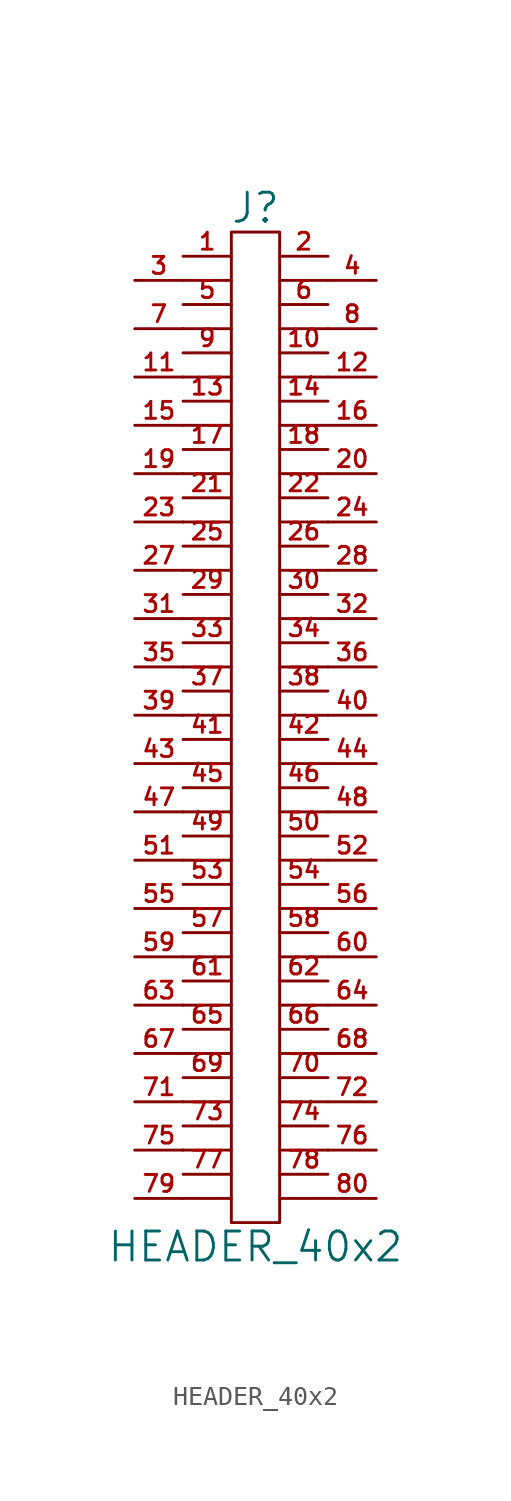
<source format=kicad_sym>
(kicad_symbol_lib
  (version 20220914)
  (generator kicad_symbol_editor)
  (symbol "HEADER_40x2"
    (pin_names
      (offset 0))
    (property "Reference" "J"
      (at 0 26.67 0)
      (effects (font (size 1.524 1.524))))
    (property "Value" "HEADER_40x2"
      (at 0 -27.94 0)
      (effects (font (size 1.524 1.524))))
    (property "Footprint" ""
      (at 0 0 0)
      (effects (font (size 1.524 1.524))))
    (property "Datasheet" ""
      (at 0 0 0)
      (effects (font (size 1.524 1.524))))
    (symbol "HEADER_40x2_0_1"
      (rectangle (start -1.27 25.4) (end 1.27 -26.67) (stroke (width 0) (type solid)) (fill (type none)))
      (polyline (pts (xy -3.81 -25.4) (xy -1.27 -25.4)) (stroke (width 0) (type solid)) (fill (type none)))
      (polyline (pts (xy -3.81 -22.86) (xy -1.27 -22.86)) (stroke (width 0) (type solid)) (fill (type none)))
      (polyline (pts (xy -3.81 -20.32) (xy -1.27 -20.32)) (stroke (width 0) (type solid)) (fill (type none)))
      (polyline (pts (xy -3.81 -17.78) (xy -1.27 -17.78)) (stroke (width 0) (type solid)) (fill (type none)))
      (polyline (pts (xy -3.81 -15.24) (xy -1.27 -15.24)) (stroke (width 0) (type solid)) (fill (type none)))
      (polyline (pts (xy -3.81 -12.7) (xy -1.27 -12.7)) (stroke (width 0) (type solid)) (fill (type none)))
      (polyline (pts (xy -3.81 -10.16) (xy -1.27 -10.16)) (stroke (width 0) (type solid)) (fill (type none)))
      (polyline (pts (xy -3.81 -7.62) (xy -1.27 -7.62)) (stroke (width 0) (type solid)) (fill (type none)))
      (polyline (pts (xy -3.81 -5.08) (xy -1.27 -5.08)) (stroke (width 0) (type solid)) (fill (type none)))
      (polyline (pts (xy -3.81 -2.54) (xy -1.27 -2.54)) (stroke (width 0) (type solid)) (fill (type none)))
      (polyline (pts (xy -3.81 0) (xy -1.27 0)) (stroke (width 0) (type solid)) (fill (type none)))
      (polyline (pts (xy -3.81 2.54) (xy -1.27 2.54)) (stroke (width 0) (type solid)) (fill (type none)))
      (polyline (pts (xy -3.81 5.08) (xy -1.27 5.08)) (stroke (width 0) (type solid)) (fill (type none)))
      (polyline (pts (xy -3.81 7.62) (xy -1.27 7.62)) (stroke (width 0) (type solid)) (fill (type none)))
      (polyline (pts (xy -3.81 10.16) (xy -1.27 10.16)) (stroke (width 0) (type solid)) (fill (type none)))
      (polyline (pts (xy -3.81 12.7) (xy -1.27 12.7)) (stroke (width 0) (type solid)) (fill (type none)))
      (polyline (pts (xy -3.81 15.24) (xy -1.27 15.24)) (stroke (width 0) (type solid)) (fill (type none)))
      (polyline (pts (xy -3.81 17.78) (xy -1.27 17.78)) (stroke (width 0) (type solid)) (fill (type none)))
      (polyline (pts (xy -3.81 20.32) (xy -1.27 20.32)) (stroke (width 0) (type solid)) (fill (type none)))
      (polyline (pts (xy -3.81 22.86) (xy -1.27 22.86)) (stroke (width 0) (type solid)) (fill (type none)))
      (polyline (pts (xy 1.27 -25.4) (xy 3.81 -25.4)) (stroke (width 0) (type solid)) (fill (type none)))
      (polyline (pts (xy 1.27 -22.86) (xy 3.81 -22.86)) (stroke (width 0) (type solid)) (fill (type none)))
      (polyline (pts (xy 1.27 -20.32) (xy 3.81 -20.32)) (stroke (width 0) (type solid)) (fill (type none)))
      (polyline (pts (xy 1.27 -17.78) (xy 3.81 -17.78)) (stroke (width 0) (type solid)) (fill (type none)))
      (polyline (pts (xy 1.27 -15.24) (xy 3.81 -15.24)) (stroke (width 0) (type solid)) (fill (type none)))
      (polyline (pts (xy 1.27 -12.7) (xy 3.81 -12.7)) (stroke (width 0) (type solid)) (fill (type none)))
      (polyline (pts (xy 1.27 -10.16) (xy 3.81 -10.16)) (stroke (width 0) (type solid)) (fill (type none)))
      (polyline (pts (xy 1.27 -7.62) (xy 3.81 -7.62)) (stroke (width 0) (type solid)) (fill (type none)))
      (polyline (pts (xy 1.27 -5.08) (xy 3.81 -5.08)) (stroke (width 0) (type solid)) (fill (type none)))
      (polyline (pts (xy 1.27 -2.54) (xy 3.81 -2.54)) (stroke (width 0) (type solid)) (fill (type none)))
      (polyline (pts (xy 1.27 0) (xy 3.81 0)) (stroke (width 0) (type solid)) (fill (type none)))
      (polyline (pts (xy 1.27 2.54) (xy 3.81 2.54)) (stroke (width 0) (type solid)) (fill (type none)))
      (polyline (pts (xy 1.27 5.08) (xy 3.81 5.08)) (stroke (width 0) (type solid)) (fill (type none)))
      (polyline (pts (xy 1.27 7.62) (xy 3.81 7.62)) (stroke (width 0) (type solid)) (fill (type none)))
      (polyline (pts (xy 1.27 10.16) (xy 3.81 10.16)) (stroke (width 0) (type solid)) (fill (type none)))
      (polyline (pts (xy 1.27 12.7) (xy 3.81 12.7)) (stroke (width 0) (type solid)) (fill (type none)))
      (polyline (pts (xy 1.27 15.24) (xy 3.81 15.24)) (stroke (width 0) (type solid)) (fill (type none)))
      (polyline (pts (xy 1.27 17.78) (xy 3.81 17.78)) (stroke (width 0) (type solid)) (fill (type none)))
      (polyline (pts (xy 1.27 20.32) (xy 3.81 20.32)) (stroke (width 0) (type solid)) (fill (type none)))
      (polyline (pts (xy 1.27 22.86) (xy 3.81 22.86)) (stroke (width 0) (type solid)) (fill (type none))))
    (symbol "HEADER_40x2_1_1"
      (pin passive line (at -3.81 24.13 0) (length 2.54) (name "~" (effects (font (size 1.27 1.27)))) (number "1" (effects (font (size 0.889 0.889)))))
      (pin passive line (at 3.81 19.05 180) (length 2.54) (name "~" (effects (font (size 1.27 1.27)))) (number "10" (effects (font (size 0.889 0.889)))))
      (pin passive line (at -6.35 17.78 0) (length 2.54) (name "~" (effects (font (size 1.27 1.27)))) (number "11" (effects (font (size 0.889 0.889)))))
      (pin passive line (at 6.35 17.78 180) (length 2.54) (name "~" (effects (font (size 1.27 1.27)))) (number "12" (effects (font (size 0.889 0.889)))))
      (pin passive line (at -3.81 16.51 0) (length 2.54) (name "~" (effects (font (size 1.27 1.27)))) (number "13" (effects (font (size 0.889 0.889)))))
      (pin passive line (at 3.81 16.51 180) (length 2.54) (name "~" (effects (font (size 1.27 1.27)))) (number "14" (effects (font (size 0.889 0.889)))))
      (pin passive line (at -6.35 15.24 0) (length 2.54) (name "~" (effects (font (size 1.27 1.27)))) (number "15" (effects (font (size 0.889 0.889)))))
      (pin passive line (at 6.35 15.24 180) (length 2.54) (name "~" (effects (font (size 1.27 1.27)))) (number "16" (effects (font (size 0.889 0.889)))))
      (pin passive line (at -3.81 13.97 0) (length 2.54) (name "~" (effects (font (size 1.27 1.27)))) (number "17" (effects (font (size 0.889 0.889)))))
      (pin passive line (at 3.81 13.97 180) (length 2.54) (name "~" (effects (font (size 1.27 1.27)))) (number "18" (effects (font (size 0.889 0.889)))))
      (pin passive line (at -6.35 12.7 0) (length 2.54) (name "~" (effects (font (size 1.27 1.27)))) (number "19" (effects (font (size 0.889 0.889)))))
      (pin passive line (at 3.81 24.13 180) (length 2.54) (name "~" (effects (font (size 1.27 1.27)))) (number "2" (effects (font (size 0.889 0.889)))))
      (pin passive line (at 6.35 12.7 180) (length 2.54) (name "~" (effects (font (size 1.27 1.27)))) (number "20" (effects (font (size 0.889 0.889)))))
      (pin passive line (at -3.81 11.43 0) (length 2.54) (name "~" (effects (font (size 1.27 1.27)))) (number "21" (effects (font (size 0.889 0.889)))))
      (pin passive line (at 3.81 11.43 180) (length 2.54) (name "~" (effects (font (size 1.27 1.27)))) (number "22" (effects (font (size 0.889 0.889)))))
      (pin passive line (at -6.35 10.16 0) (length 2.54) (name "~" (effects (font (size 1.27 1.27)))) (number "23" (effects (font (size 0.889 0.889)))))
      (pin passive line (at 6.35 10.16 180) (length 2.54) (name "~" (effects (font (size 1.27 1.27)))) (number "24" (effects (font (size 0.889 0.889)))))
      (pin passive line (at -3.81 8.89 0) (length 2.54) (name "~" (effects (font (size 1.27 1.27)))) (number "25" (effects (font (size 0.889 0.889)))))
      (pin passive line (at 3.81 8.89 180) (length 2.54) (name "~" (effects (font (size 1.27 1.27)))) (number "26" (effects (font (size 0.889 0.889)))))
      (pin passive line (at -6.35 7.62 0) (length 2.54) (name "~" (effects (font (size 1.27 1.27)))) (number "27" (effects (font (size 0.889 0.889)))))
      (pin passive line (at 6.35 7.62 180) (length 2.54) (name "~" (effects (font (size 1.27 1.27)))) (number "28" (effects (font (size 0.889 0.889)))))
      (pin passive line (at -3.81 6.35 0) (length 2.54) (name "~" (effects (font (size 1.27 1.27)))) (number "29" (effects (font (size 0.889 0.889)))))
      (pin passive line (at -6.35 22.86 0) (length 2.54) (name "~" (effects (font (size 1.27 1.27)))) (number "3" (effects (font (size 0.889 0.889)))))
      (pin passive line (at 3.81 6.35 180) (length 2.54) (name "~" (effects (font (size 1.27 1.27)))) (number "30" (effects (font (size 0.889 0.889)))))
      (pin passive line (at -6.35 5.08 0) (length 2.54) (name "~" (effects (font (size 1.27 1.27)))) (number "31" (effects (font (size 0.889 0.889)))))
      (pin passive line (at 6.35 5.08 180) (length 2.54) (name "~" (effects (font (size 1.27 1.27)))) (number "32" (effects (font (size 0.889 0.889)))))
      (pin passive line (at -3.81 3.81 0) (length 2.54) (name "~" (effects (font (size 1.27 1.27)))) (number "33" (effects (font (size 0.889 0.889)))))
      (pin passive line (at 3.81 3.81 180) (length 2.54) (name "~" (effects (font (size 1.27 1.27)))) (number "34" (effects (font (size 0.889 0.889)))))
      (pin passive line (at -6.35 2.54 0) (length 2.54) (name "~" (effects (font (size 1.27 1.27)))) (number "35" (effects (font (size 0.889 0.889)))))
      (pin passive line (at 6.35 2.54 180) (length 2.54) (name "~" (effects (font (size 1.27 1.27)))) (number "36" (effects (font (size 0.889 0.889)))))
      (pin passive line (at -3.81 1.27 0) (length 2.54) (name "~" (effects (font (size 0.889 0.889)))) (number "37" (effects (font (size 0.889 0.889)))))
      (pin passive line (at 3.81 1.27 180) (length 2.54) (name "~" (effects (font (size 1.27 1.27)))) (number "38" (effects (font (size 0.889 0.889)))))
      (pin passive line (at -6.35 0 0) (length 2.54) (name "~" (effects (font (size 1.27 1.27)))) (number "39" (effects (font (size 0.889 0.889)))))
      (pin passive line (at 6.35 22.86 180) (length 2.54) (name "~" (effects (font (size 1.27 1.27)))) (number "4" (effects (font (size 0.889 0.889)))))
      (pin passive line (at 6.35 0 180) (length 2.54) (name "~" (effects (font (size 1.27 1.27)))) (number "40" (effects (font (size 0.889 0.889)))))
      (pin passive line (at -3.81 -1.27 0) (length 2.54) (name "~" (effects (font (size 1.27 1.27)))) (number "41" (effects (font (size 0.889 0.889)))))
      (pin passive line (at 3.81 -1.27 180) (length 2.54) (name "~" (effects (font (size 1.27 1.27)))) (number "42" (effects (font (size 0.889 0.889)))))
      (pin passive line (at -6.35 -2.54 0) (length 2.54) (name "~" (effects (font (size 1.27 1.27)))) (number "43" (effects (font (size 0.889 0.889)))))
      (pin passive line (at 6.35 -2.54 180) (length 2.54) (name "~" (effects (font (size 1.27 1.27)))) (number "44" (effects (font (size 0.889 0.889)))))
      (pin passive line (at -3.81 -3.81 0) (length 2.54) (name "~" (effects (font (size 1.27 1.27)))) (number "45" (effects (font (size 0.889 0.889)))))
      (pin passive line (at 3.81 -3.81 180) (length 2.54) (name "~" (effects (font (size 1.27 1.27)))) (number "46" (effects (font (size 0.889 0.889)))))
      (pin passive line (at -6.35 -5.08 0) (length 2.54) (name "~" (effects (font (size 1.27 1.27)))) (number "47" (effects (font (size 0.889 0.889)))))
      (pin passive line (at 6.35 -5.08 180) (length 2.54) (name "~" (effects (font (size 1.27 1.27)))) (number "48" (effects (font (size 0.889 0.889)))))
      (pin passive line (at -3.81 -6.35 0) (length 2.54) (name "~" (effects (font (size 1.27 1.27)))) (number "49" (effects (font (size 0.889 0.889)))))
      (pin passive line (at -3.81 21.59 0) (length 2.54) (name "~" (effects (font (size 1.27 1.27)))) (number "5" (effects (font (size 0.889 0.889)))))
      (pin passive line (at 3.81 -6.35 180) (length 2.54) (name "~" (effects (font (size 1.27 1.27)))) (number "50" (effects (font (size 0.889 0.889)))))
      (pin passive line (at -6.35 -7.62 0) (length 2.54) (name "~" (effects (font (size 1.27 1.27)))) (number "51" (effects (font (size 0.889 0.889)))))
      (pin passive line (at 6.35 -7.62 180) (length 2.54) (name "~" (effects (font (size 1.27 1.27)))) (number "52" (effects (font (size 0.889 0.889)))))
      (pin passive line (at -3.81 -8.89 0) (length 2.54) (name "~" (effects (font (size 1.27 1.27)))) (number "53" (effects (font (size 0.889 0.889)))))
      (pin passive line (at 3.81 -8.89 180) (length 2.54) (name "~" (effects (font (size 1.27 1.27)))) (number "54" (effects (font (size 0.889 0.889)))))
      (pin passive line (at -6.35 -10.16 0) (length 2.54) (name "~" (effects (font (size 1.27 1.27)))) (number "55" (effects (font (size 0.889 0.889)))))
      (pin passive line (at 6.35 -10.16 180) (length 2.54) (name "~" (effects (font (size 1.27 1.27)))) (number "56" (effects (font (size 0.889 0.889)))))
      (pin passive line (at -3.81 -11.43 0) (length 2.54) (name "~" (effects (font (size 1.27 1.27)))) (number "57" (effects (font (size 0.889 0.889)))))
      (pin passive line (at 3.81 -11.43 180) (length 2.54) (name "~" (effects (font (size 1.27 1.27)))) (number "58" (effects (font (size 0.889 0.889)))))
      (pin passive line (at -6.35 -12.7 0) (length 2.54) (name "~" (effects (font (size 1.27 1.27)))) (number "59" (effects (font (size 0.889 0.889)))))
      (pin passive line (at 3.81 21.59 180) (length 2.54) (name "~" (effects (font (size 1.27 1.27)))) (number "6" (effects (font (size 0.889 0.889)))))
      (pin passive line (at 6.35 -12.7 180) (length 2.54) (name "~" (effects (font (size 1.27 1.27)))) (number "60" (effects (font (size 0.889 0.889)))))
      (pin passive line (at -3.81 -13.97 0) (length 2.54) (name "~" (effects (font (size 1.27 1.27)))) (number "61" (effects (font (size 0.889 0.889)))))
      (pin passive line (at 3.81 -13.97 180) (length 2.54) (name "~" (effects (font (size 1.27 1.27)))) (number "62" (effects (font (size 0.889 0.889)))))
      (pin passive line (at -6.35 -15.24 0) (length 2.54) (name "~" (effects (font (size 1.27 1.27)))) (number "63" (effects (font (size 0.889 0.889)))))
      (pin passive line (at 6.35 -15.24 180) (length 2.54) (name "~" (effects (font (size 1.27 1.27)))) (number "64" (effects (font (size 0.889 0.889)))))
      (pin passive line (at -3.81 -16.51 0) (length 2.54) (name "~" (effects (font (size 1.27 1.27)))) (number "65" (effects (font (size 0.889 0.889)))))
      (pin passive line (at 3.81 -16.51 180) (length 2.54) (name "~" (effects (font (size 1.27 1.27)))) (number "66" (effects (font (size 0.889 0.889)))))
      (pin passive line (at -6.35 -17.78 0) (length 2.54) (name "~" (effects (font (size 1.27 1.27)))) (number "67" (effects (font (size 0.889 0.889)))))
      (pin passive line (at 6.35 -17.78 180) (length 2.54) (name "~" (effects (font (size 1.27 1.27)))) (number "68" (effects (font (size 0.889 0.889)))))
      (pin passive line (at -3.81 -19.05 0) (length 2.54) (name "~" (effects (font (size 1.27 1.27)))) (number "69" (effects (font (size 0.889 0.889)))))
      (pin passive line (at -6.35 20.32 0) (length 2.54) (name "~" (effects (font (size 1.27 1.27)))) (number "7" (effects (font (size 0.889 0.889)))))
      (pin passive line (at 3.81 -19.05 180) (length 2.54) (name "~" (effects (font (size 1.27 1.27)))) (number "70" (effects (font (size 0.889 0.889)))))
      (pin passive line (at -6.35 -20.32 0) (length 2.54) (name "~" (effects (font (size 1.27 1.27)))) (number "71" (effects (font (size 0.889 0.889)))))
      (pin passive line (at 6.35 -20.32 180) (length 2.54) (name "~" (effects (font (size 1.27 1.27)))) (number "72" (effects (font (size 0.889 0.889)))))
      (pin passive line (at -3.81 -21.59 0) (length 2.54) (name "~" (effects (font (size 1.27 1.27)))) (number "73" (effects (font (size 0.889 0.889)))))
      (pin passive line (at 3.81 -21.59 180) (length 2.54) (name "~" (effects (font (size 1.27 1.27)))) (number "74" (effects (font (size 0.889 0.889)))))
      (pin passive line (at -6.35 -22.86 0) (length 2.54) (name "~" (effects (font (size 1.27 1.27)))) (number "75" (effects (font (size 0.889 0.889)))))
      (pin passive line (at 6.35 -22.86 180) (length 2.54) (name "~" (effects (font (size 1.27 1.27)))) (number "76" (effects (font (size 0.889 0.889)))))
      (pin passive line (at -3.81 -24.13 0) (length 2.54) (name "~" (effects (font (size 1.27 1.27)))) (number "77" (effects (font (size 0.889 0.889)))))
      (pin passive line (at 3.81 -24.13 180) (length 2.54) (name "~" (effects (font (size 1.27 1.27)))) (number "78" (effects (font (size 0.889 0.889)))))
      (pin passive line (at -6.35 -25.4 0) (length 2.54) (name "~" (effects (font (size 1.27 1.27)))) (number "79" (effects (font (size 0.889 0.889)))))
      (pin passive line (at 6.35 20.32 180) (length 2.54) (name "~" (effects (font (size 1.27 1.27)))) (number "8" (effects (font (size 0.889 0.889)))))
      (pin passive line (at 6.35 -25.4 180) (length 2.54) (name "~" (effects (font (size 1.27 1.27)))) (number "80" (effects (font (size 0.889 0.889)))))
      (pin passive line (at -3.81 19.05 0) (length 2.54) (name "~" (effects (font (size 1.27 1.27)))) (number "9" (effects (font (size 0.889 0.889))))))))
</source>
